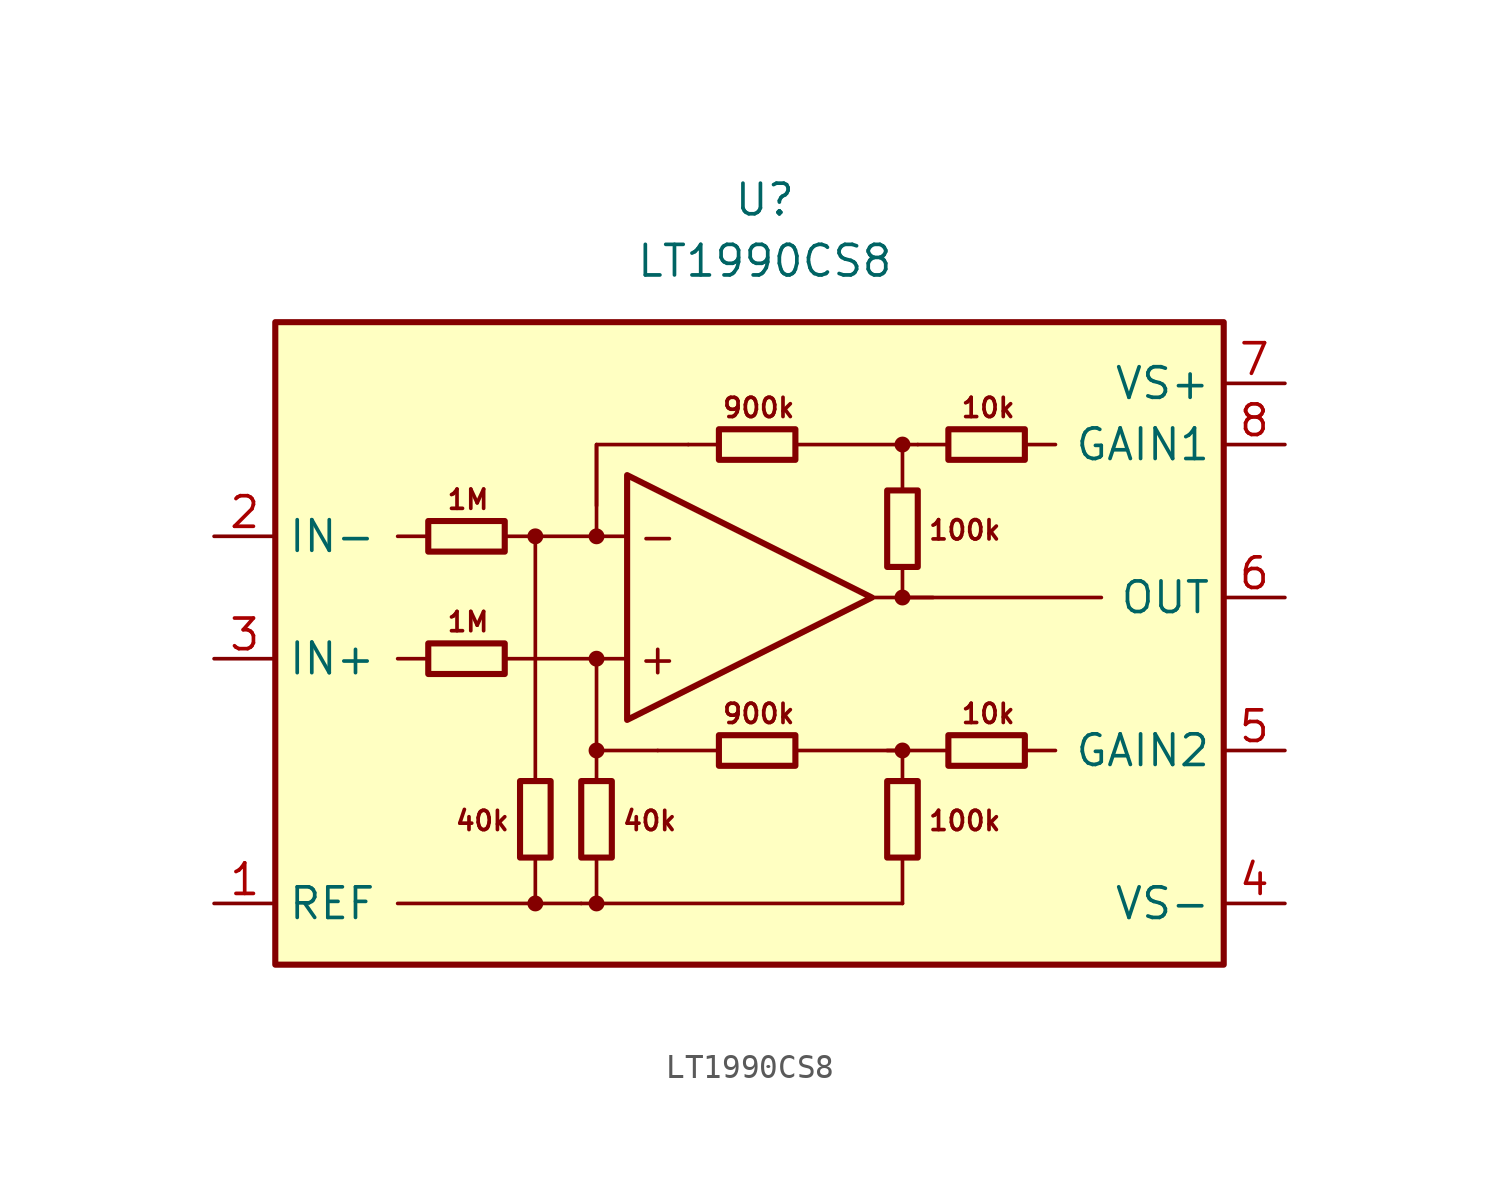
<source format=kicad_sym>
(kicad_symbol_lib
  (version 20211014)
  (generator kicad_symbol_editor)
  (symbol "LT1990CS8"
    (property "Reference" "U"
      (at 0 19.05 0)
      (effects (font (size 1.27 1.27))))
    (property "Value" "LT1990CS8"
      (at 0 16.51 0)
      (effects (font (size 1.27 1.27))))
    (symbol "LT1990CS8_0_0"
      (rectangle (start -20.32 13.97) (end 19.05 -12.7) (stroke (width 0.254) (type default) (color 0 0 0 0)) (fill (type background)))
      (circle (center -9.525 -10.16) (radius 0.254) (stroke (width 0.152) (type default) (color 0 0 0 0)) (fill (type outline)))
      (circle (center -9.525 5.08) (radius 0.254) (stroke (width 0.152) (type default) (color 0 0 0 0)) (fill (type outline)))
      (circle (center -6.985 -10.16) (radius 0.254) (stroke (width 0.152) (type default) (color 0 0 0 0)) (fill (type outline)))
      (circle (center -6.985 -3.81) (radius 0.254) (stroke (width 0.152) (type default) (color 0 0 0 0)) (fill (type outline)))
      (circle (center -6.985 0) (radius 0.254) (stroke (width 0.152) (type default) (color 0 0 0 0)) (fill (type outline)))
      (circle (center -6.985 5.08) (radius 0.254) (stroke (width 0.152) (type default) (color 0 0 0 0)) (fill (type outline)))
      (polyline (pts (xy -13.97 0) (xy -15.24 0)) (stroke (width 0.152) (type default) (color 0 0 0 0)) (fill (type none)))
      (polyline (pts (xy -13.97 5.08) (xy -15.24 5.08)) (stroke (width 0.152) (type default) (color 0 0 0 0)) (fill (type none)))
      (polyline (pts (xy -9.525 -8.255) (xy -9.525 -10.16)) (stroke (width 0.152) (type default) (color 0 0 0 0)) (fill (type none)))
      (polyline (pts (xy -9.525 -5.08) (xy -9.525 5.08)) (stroke (width 0.152) (type default) (color 0 0 0 0)) (fill (type none)))
      (polyline (pts (xy -7.62 -10.16) (xy -15.24 -10.16)) (stroke (width 0.152) (type default) (color 0 0 0 0)) (fill (type none)))
      (polyline (pts (xy -6.985 -8.255) (xy -6.985 -10.16)) (stroke (width 0.152) (type default) (color 0 0 0 0)) (fill (type none)))
      (polyline (pts (xy -6.985 -3.81) (xy -6.985 0)) (stroke (width 0.152) (type default) (color 0 0 0 0)) (fill (type none)))
      (polyline (pts (xy -6.985 5.08) (xy -6.985 8.89)) (stroke (width 0.152) (type default) (color 0 0 0 0)) (fill (type none)))
      (polyline (pts (xy -5.715 0) (xy -10.795 0)) (stroke (width 0.152) (type default) (color 0 0 0 0)) (fill (type none)))
      (polyline (pts (xy -5.715 5.08) (xy -10.795 5.08)) (stroke (width 0.152) (type default) (color 0 0 0 0)) (fill (type none)))
      (polyline (pts (xy -1.905 -3.81) (xy -4.445 -3.81)) (stroke (width 0.152) (type default) (color 0 0 0 0)) (fill (type none)))
      (polyline (pts (xy -1.905 8.89) (xy -3.175 8.89)) (stroke (width 0.152) (type default) (color 0 0 0 0)) (fill (type none)))
      (polyline (pts (xy 4.445 2.54) (xy 13.97 2.54)) (stroke (width 0.152) (type default) (color 0 0 0 0)) (fill (type none)))
      (polyline (pts (xy 5.715 -10.16) (xy -7.62 -10.16)) (stroke (width 0.152) (type default) (color 0 0 0 0)) (fill (type none)))
      (polyline (pts (xy 5.715 -8.255) (xy 5.715 -10.16)) (stroke (width 0.152) (type default) (color 0 0 0 0)) (fill (type none)))
      (polyline (pts (xy 5.715 2.54) (xy 5.715 3.81)) (stroke (width 0.152) (type default) (color 0 0 0 0)) (fill (type none)))
      (polyline (pts (xy 5.715 2.54) (xy 6.985 2.54)) (stroke (width 0.152) (type default) (color 0 0 0 0)) (fill (type none)))
      (polyline (pts (xy 5.715 8.89) (xy 1.27 8.89)) (stroke (width 0.152) (type default) (color 0 0 0 0)) (fill (type none)))
      (polyline (pts (xy 7.62 -3.81) (xy 5.08 -3.81)) (stroke (width 0.152) (type default) (color 0 0 0 0)) (fill (type none)))
      (polyline (pts (xy 7.62 8.89) (xy 6.35 8.89)) (stroke (width 0.152) (type default) (color 0 0 0 0)) (fill (type none)))
      (polyline (pts (xy 10.795 -3.81) (xy 12.065 -3.81)) (stroke (width 0.152) (type default) (color 0 0 0 0)) (fill (type none)))
      (polyline (pts (xy 10.795 8.89) (xy 12.065 8.89)) (stroke (width 0.152) (type default) (color 0 0 0 0)) (fill (type none)))
      (polyline (pts (xy -4.445 -3.81) (xy -6.985 -3.81) (xy -6.985 -5.08)) (stroke (width 0.152) (type default) (color 0 0 0 0)) (fill (type none)))
      (polyline (pts (xy -3.175 8.89) (xy -6.985 8.89) (xy -6.985 6.35)) (stroke (width 0.152) (type default) (color 0 0 0 0)) (fill (type none)))
      (polyline (pts (xy 5.715 -5.08) (xy 5.715 -3.81) (xy 1.27 -3.81)) (stroke (width 0.152) (type default) (color 0 0 0 0)) (fill (type none)))
      (polyline (pts (xy 6.35 8.89) (xy 5.715 8.89) (xy 5.715 6.985)) (stroke (width 0.152) (type default) (color 0 0 0 0)) (fill (type none)))
      (circle (center 5.715 -3.81) (radius 0.254) (stroke (width 0.152) (type default) (color 0 0 0 0)) (fill (type outline)))
      (circle (center 5.715 2.54) (radius 0.254) (stroke (width 0.152) (type default) (color 0 0 0 0)) (fill (type outline)))
      (circle (center 5.715 8.89) (radius 0.254) (stroke (width 0.152) (type default) (color 0 0 0 0)) (fill (type outline)))
      (text "+" (at -4.445 0 0) (effects (font (size 1.27 1.27))))
      (text "-" (at -4.445 5.08 0) (effects (font (size 1.27 1.27))))
      (text "100k" (at 6.731 -6.731 0) (effects (font (size 0.8 0.8)) (justify left)))
      (text "100k" (at 6.731 5.334 0) (effects (font (size 0.8 0.8)) (justify left)))
      (text "10k" (at 9.271 -2.286 0) (effects (font (size 0.8 0.8))))
      (text "10k" (at 9.271 10.414 0) (effects (font (size 0.8 0.8))))
      (text "1M" (at -12.319 1.524 0) (effects (font (size 0.8 0.8))))
      (text "1M" (at -12.319 6.604 0) (effects (font (size 0.8 0.8))))
      (text "40k" (at -10.541 -6.731 0) (effects (font (size 0.8 0.8)) (justify right)))
      (text "40k" (at -5.969 -6.731 0) (effects (font (size 0.8 0.8)) (justify left)))
      (text "900k" (at -0.254 -2.286 0) (effects (font (size 0.8 0.8))))
      (text "900k" (at -0.254 10.414 0) (effects (font (size 0.8 0.8)))))
    (symbol "LT1990CS8_0_1"
      (rectangle (start -13.97 0.635) (end -10.795 -0.635) (stroke (width 0.254) (type default) (color 0 0 0 0)) (fill (type none)))
      (rectangle (start -13.97 5.715) (end -10.795 4.445) (stroke (width 0.254) (type default) (color 0 0 0 0)) (fill (type none)))
      (rectangle (start -10.16 -5.08) (end -8.89 -8.255) (stroke (width 0.254) (type default) (color 0 0 0 0)) (fill (type none)))
      (rectangle (start -7.62 -8.255) (end -6.35 -5.08) (stroke (width 0.254) (type default) (color 0 0 0 0)) (fill (type none)))
      (rectangle (start -1.905 -3.175) (end 1.27 -4.445) (stroke (width 0.254) (type default) (color 0 0 0 0)) (fill (type none)))
      (rectangle (start -1.905 9.525) (end 1.27 8.255) (stroke (width 0.254) (type default) (color 0 0 0 0)) (fill (type none)))
      (polyline (pts (xy -5.715 7.62) (xy -5.715 -2.54) (xy 4.445 2.54) (xy -5.715 7.62)) (stroke (width 0.254) (type default) (color 0 0 0 0)) (fill (type none)))
      (rectangle (start 5.08 -8.255) (end 6.35 -5.08) (stroke (width 0.254) (type default) (color 0 0 0 0)) (fill (type none)))
      (rectangle (start 5.08 3.81) (end 6.35 6.985) (stroke (width 0.254) (type default) (color 0 0 0 0)) (fill (type none)))
      (rectangle (start 7.62 -3.175) (end 10.795 -4.445) (stroke (width 0.254) (type default) (color 0 0 0 0)) (fill (type none)))
      (rectangle (start 7.62 9.525) (end 10.795 8.255) (stroke (width 0.254) (type default) (color 0 0 0 0)) (fill (type none))))
    (symbol "LT1990CS8_1_1"
      (pin input line (at -22.86 -10.16 0) (length 2.54) (name "REF" (effects (font (size 1.27 1.27)))) (number "1" (effects (font (size 1.27 1.27)))))
      (pin input line (at -22.86 5.08 0) (length 2.54) (name "IN-" (effects (font (size 1.27 1.27)))) (number "2" (effects (font (size 1.27 1.27)))))
      (pin input line (at -22.86 0 0) (length 2.54) (name "IN+" (effects (font (size 1.27 1.27)))) (number "3" (effects (font (size 1.27 1.27)))))
      (pin power_in line (at 21.59 -10.16 180) (length 2.54) (name "VS-" (effects (font (size 1.27 1.27)))) (number "4" (effects (font (size 1.27 1.27)))))
      (pin passive line (at 21.59 -3.81 180) (length 2.54) (name "GAIN2" (effects (font (size 1.27 1.27)))) (number "5" (effects (font (size 1.27 1.27)))))
      (pin output line (at 21.59 2.54 180) (length 2.54) (name "OUT" (effects (font (size 1.27 1.27)))) (number "6" (effects (font (size 1.27 1.27)))))
      (pin power_in line (at 21.59 11.43 180) (length 2.54) (name "VS+" (effects (font (size 1.27 1.27)))) (number "7" (effects (font (size 1.27 1.27)))))
      (pin passive line (at 21.59 8.89 180) (length 2.54) (name "GAIN1" (effects (font (size 1.27 1.27)))) (number "8" (effects (font (size 1.27 1.27))))))))
</source>
